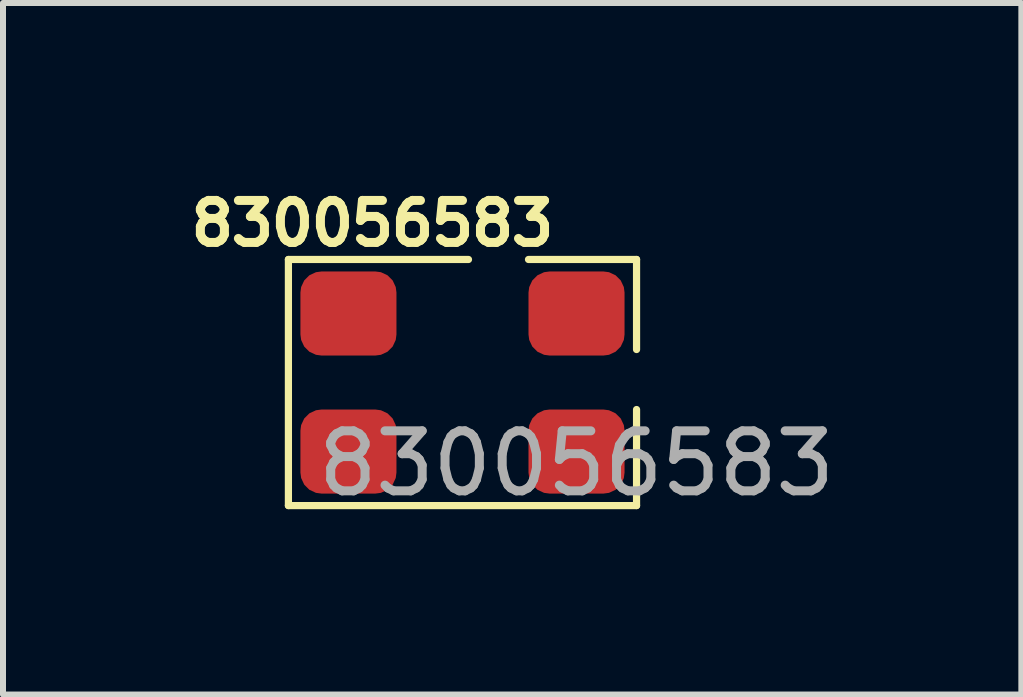
<source format=kicad_pcb>
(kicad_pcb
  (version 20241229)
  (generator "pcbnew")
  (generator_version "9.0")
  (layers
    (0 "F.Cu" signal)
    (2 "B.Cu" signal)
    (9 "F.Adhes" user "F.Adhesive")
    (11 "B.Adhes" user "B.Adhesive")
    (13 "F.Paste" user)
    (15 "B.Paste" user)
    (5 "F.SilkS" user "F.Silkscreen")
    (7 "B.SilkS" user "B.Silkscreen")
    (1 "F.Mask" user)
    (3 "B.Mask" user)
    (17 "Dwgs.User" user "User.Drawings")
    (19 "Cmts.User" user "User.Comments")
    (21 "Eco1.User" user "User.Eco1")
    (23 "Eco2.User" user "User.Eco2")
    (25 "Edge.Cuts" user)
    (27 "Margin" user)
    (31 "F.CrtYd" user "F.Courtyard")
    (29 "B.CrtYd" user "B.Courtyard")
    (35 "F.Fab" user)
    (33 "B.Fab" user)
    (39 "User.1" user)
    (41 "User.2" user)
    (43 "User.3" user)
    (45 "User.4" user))
  (footprint "830056583"
    (layer "F.Cu")
    (at 6.555 2.173)
    (property "Reference" "830056583" (at -3.4 -1.5 0) (unlocked yes) (layer "F.SilkS") (effects (font (size 0.7 0.7) (thickness 0.15))))
    (attr smd)
    (fp_line (start -4.8 -0.9) (end -1.8 -0.9) (stroke (width 0.12) (type solid)) (layer "F.SilkS"))
    (fp_line (start -4.8 3.2) (end -4.8 -0.9) (stroke (width 0.12) (type solid)) (layer "F.SilkS"))
    (fp_line (start -0.8 -0.9) (end 1 -0.9) (stroke (width 0.12) (type solid)) (layer "F.SilkS"))
    (fp_line (start 1 -0.9) (end 1 0.6) (stroke (width 0.12) (type solid)) (layer "F.SilkS"))
    (fp_line (start 1 1.6) (end 1 3.2) (stroke (width 0.12) (type solid)) (layer "F.SilkS"))
    (fp_line (start 1 3.2) (end -4.8 3.2) (stroke (width 0.12) (type solid)) (layer "F.SilkS"))
    (fp_text user "${REFERENCE}" (at 0 2.5 0) (unlocked yes) (layer "F.Fab") (effects (font (size 1 1) (thickness 0.15))))
    (pad "1" smd roundrect (at 0 0) (size 1.6 1.4) (layers "F.Cu" "F.Mask" "F.Paste") (roundrect_rratio 0.25))
    (pad "2" smd roundrect (at -3.8 0) (size 1.6 1.4) (layers "F.Cu" "F.Mask" "F.Paste") (roundrect_rratio 0.25))
    (pad "3" smd roundrect (at -3.8 2.3) (size 1.6 1.4) (layers "F.Cu" "F.Mask" "F.Paste") (roundrect_rratio 0.25))
    (pad "4" smd roundrect (at 0 2.3) (size 1.6 1.4) (layers "F.Cu" "F.Mask" "F.Paste") (roundrect_rratio 0.25)))
  (gr_rect
    (start -3 -3)
    (end 13.966 8.521)
    (stroke (width 0.1) (type default))
    (fill no)
    (layer "Edge.Cuts")))
</source>
